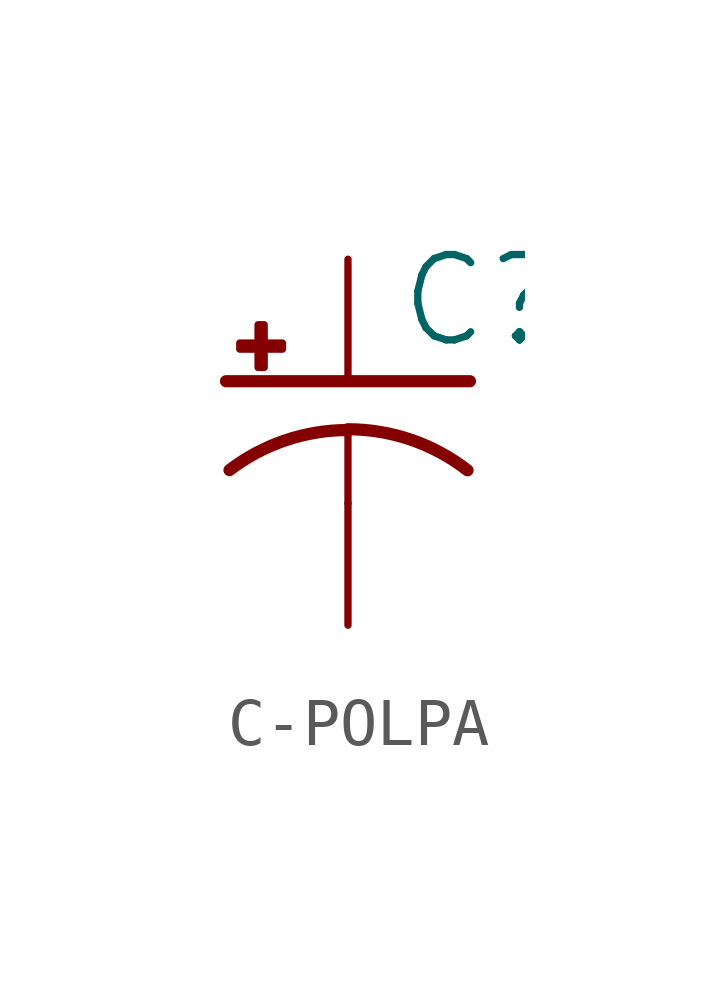
<source format=kicad_sym>
(kicad_symbol_lib
  (version 20231120)
  (generator "kicad_symbol_editor")
  (generator_version "8.0")
  (symbol "C-POLPA"
    (property "Reference" "C"
      (at 1.016 0.635 0)
      (effects (font (size 1.778 1.778)) (justify left bottom)))
    (property "Value" ""
      (at 1.016 -4.191 0)
      (effects (font (size 1.778 1.778)) (justify left bottom)))
    (property "ki_locked" ""
      (at 0 0 0)
      (effects (font (size 1.27 1.27))))
    (symbol "C-POLPA_1_0"
      (rectangle (start -2.253 0.668) (end -1.364 0.795) (stroke (width 0) (type default)) (fill (type outline)))
      (rectangle (start -1.872 0.287) (end -1.745 1.176) (stroke (width 0) (type default)) (fill (type outline)))
      (arc (start 0 -1.0161) (mid -1.3021 -1.2303) (end -2.4669 -1.8504) (stroke (width 0.254) (type solid)) (fill (type none)))
      (polyline (pts (xy -2.54 0) (xy 2.54 0)) (stroke (width 0.254) (type solid)) (fill (type none)))
      (polyline (pts (xy 0 -1.016) (xy 0 -2.54)) (stroke (width 0.152) (type solid)) (fill (type none)))
      (arc (start 2.4892 -1.8541) (mid 1.3158 -1.2194) (end 0 -1) (stroke (width 0.254) (type solid)) (fill (type none)))
      (pin passive line (at 0 2.54 270) (length 2.54) (name "+" (effects (font (size 0 0)))) (number "+" (effects (font (size 0 0)))))
      (pin passive line (at 0 -5.08 90) (length 2.54) (name "-" (effects (font (size 0 0)))) (number "-" (effects (font (size 0 0))))))))
</source>
